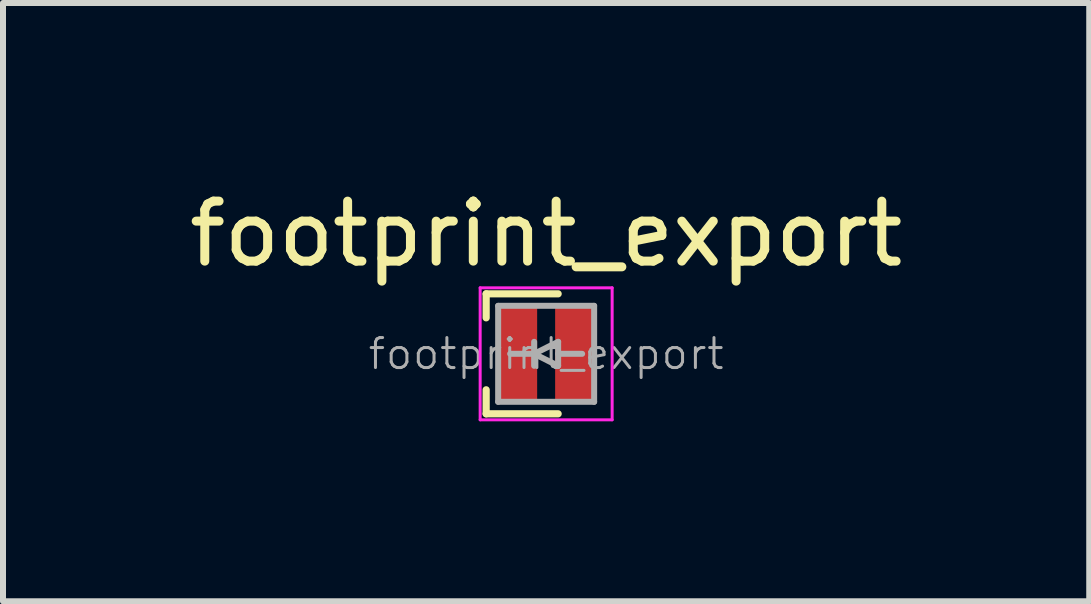
<source format=kicad_pcb>
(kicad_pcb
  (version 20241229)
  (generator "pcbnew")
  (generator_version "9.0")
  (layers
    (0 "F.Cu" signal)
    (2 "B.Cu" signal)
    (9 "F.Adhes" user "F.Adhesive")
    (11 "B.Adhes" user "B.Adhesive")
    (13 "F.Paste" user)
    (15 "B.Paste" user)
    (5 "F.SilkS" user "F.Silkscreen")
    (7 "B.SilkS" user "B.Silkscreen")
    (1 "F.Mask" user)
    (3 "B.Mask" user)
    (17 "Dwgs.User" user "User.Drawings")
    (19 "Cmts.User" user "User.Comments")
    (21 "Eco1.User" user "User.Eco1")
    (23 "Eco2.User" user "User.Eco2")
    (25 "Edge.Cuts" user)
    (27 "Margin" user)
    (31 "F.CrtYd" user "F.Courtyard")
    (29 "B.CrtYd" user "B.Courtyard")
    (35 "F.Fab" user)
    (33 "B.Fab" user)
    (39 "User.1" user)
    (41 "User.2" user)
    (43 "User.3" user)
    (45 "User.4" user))
  (footprint "footprint_export"
    (layer "F.Cu")
    (at 6.054 2.848)
    (property "Reference" "footprint_export" (at 0 -2 0) (layer "F.SilkS") (effects (font (size 1 1) (thickness 0.15))))
    (attr smd)
    (fp_line (start -1 -1) (end -1 -0.6) (stroke (width 0.12) (type solid)) (layer "F.SilkS"))
    (fp_line (start -1 1) (end -1 0.6) (stroke (width 0.12) (type solid)) (layer "F.SilkS"))
    (fp_line (start 0.2 -1) (end -1 -1) (stroke (width 0.12) (type solid)) (layer "F.SilkS"))
    (fp_line (start 0.2 1) (end -1 1) (stroke (width 0.12) (type solid)) (layer "F.SilkS"))
    (fp_line (start -1.1 -1.1) (end 1.1 -1.1) (stroke (width 0.05) (type solid)) (layer "F.CrtYd"))
    (fp_line (start -1.1 1.1) (end -1.1 -1.1) (stroke (width 0.05) (type solid)) (layer "F.CrtYd"))
    (fp_line (start 1.1 -1.1) (end 1.1 1.1) (stroke (width 0.05) (type solid)) (layer "F.CrtYd"))
    (fp_line (start 1.1 1.1) (end -1.1 1.1) (stroke (width 0.05) (type solid)) (layer "F.CrtYd"))
    (fp_line (start -0.8 -0.8) (end 0.8 -0.8) (stroke (width 0.1) (type solid)) (layer "F.Fab"))
    (fp_line (start -0.8 0.8) (end -0.8 -0.8) (stroke (width 0.1) (type solid)) (layer "F.Fab"))
    (fp_line (start -0.6 0) (end -0.2 0) (stroke (width 0.1) (type solid)) (layer "F.Fab"))
    (fp_line (start -0.2 -0.2) (end -0.2 0.2) (stroke (width 0.1) (type solid)) (layer "F.Fab"))
    (fp_line (start -0.2 0) (end 0.2 -0.2) (stroke (width 0.1) (type solid)) (layer "F.Fab"))
    (fp_line (start 0.2 -0.2) (end 0.2 0.2) (stroke (width 0.1) (type solid)) (layer "F.Fab"))
    (fp_line (start 0.2 0.2) (end -0.2 0) (stroke (width 0.1) (type solid)) (layer "F.Fab"))
    (fp_line (start 0.6 0) (end 0.2 0) (stroke (width 0.1) (type solid)) (layer "F.Fab"))
    (fp_line (start 0.8 -0.8) (end 0.8 0.8) (stroke (width 0.1) (type solid)) (layer "F.Fab"))
    (fp_line (start 0.8 0.8) (end -0.8 0.8) (stroke (width 0.1) (type solid)) (layer "F.Fab"))
    (fp_text user "${REFERENCE}" (at 0 0 0) (layer "F.Fab") (effects (font (size 0.5 0.5) (thickness 0.05))))
    (pad "1" smd rect (at -0.475 0) (size 0.65 1.6) (layers "F.Cu" "F.Mask" "F.Paste"))
    (pad "2" smd rect (at 0.475 0) (size 0.65 1.6) (layers "F.Cu" "F.Mask" "F.Paste")))
  (gr_rect
    (start -3 -3)
    (end 15.107 6.973)
    (stroke (width 0.1) (type default))
    (fill no)
    (layer "Edge.Cuts")))
</source>
